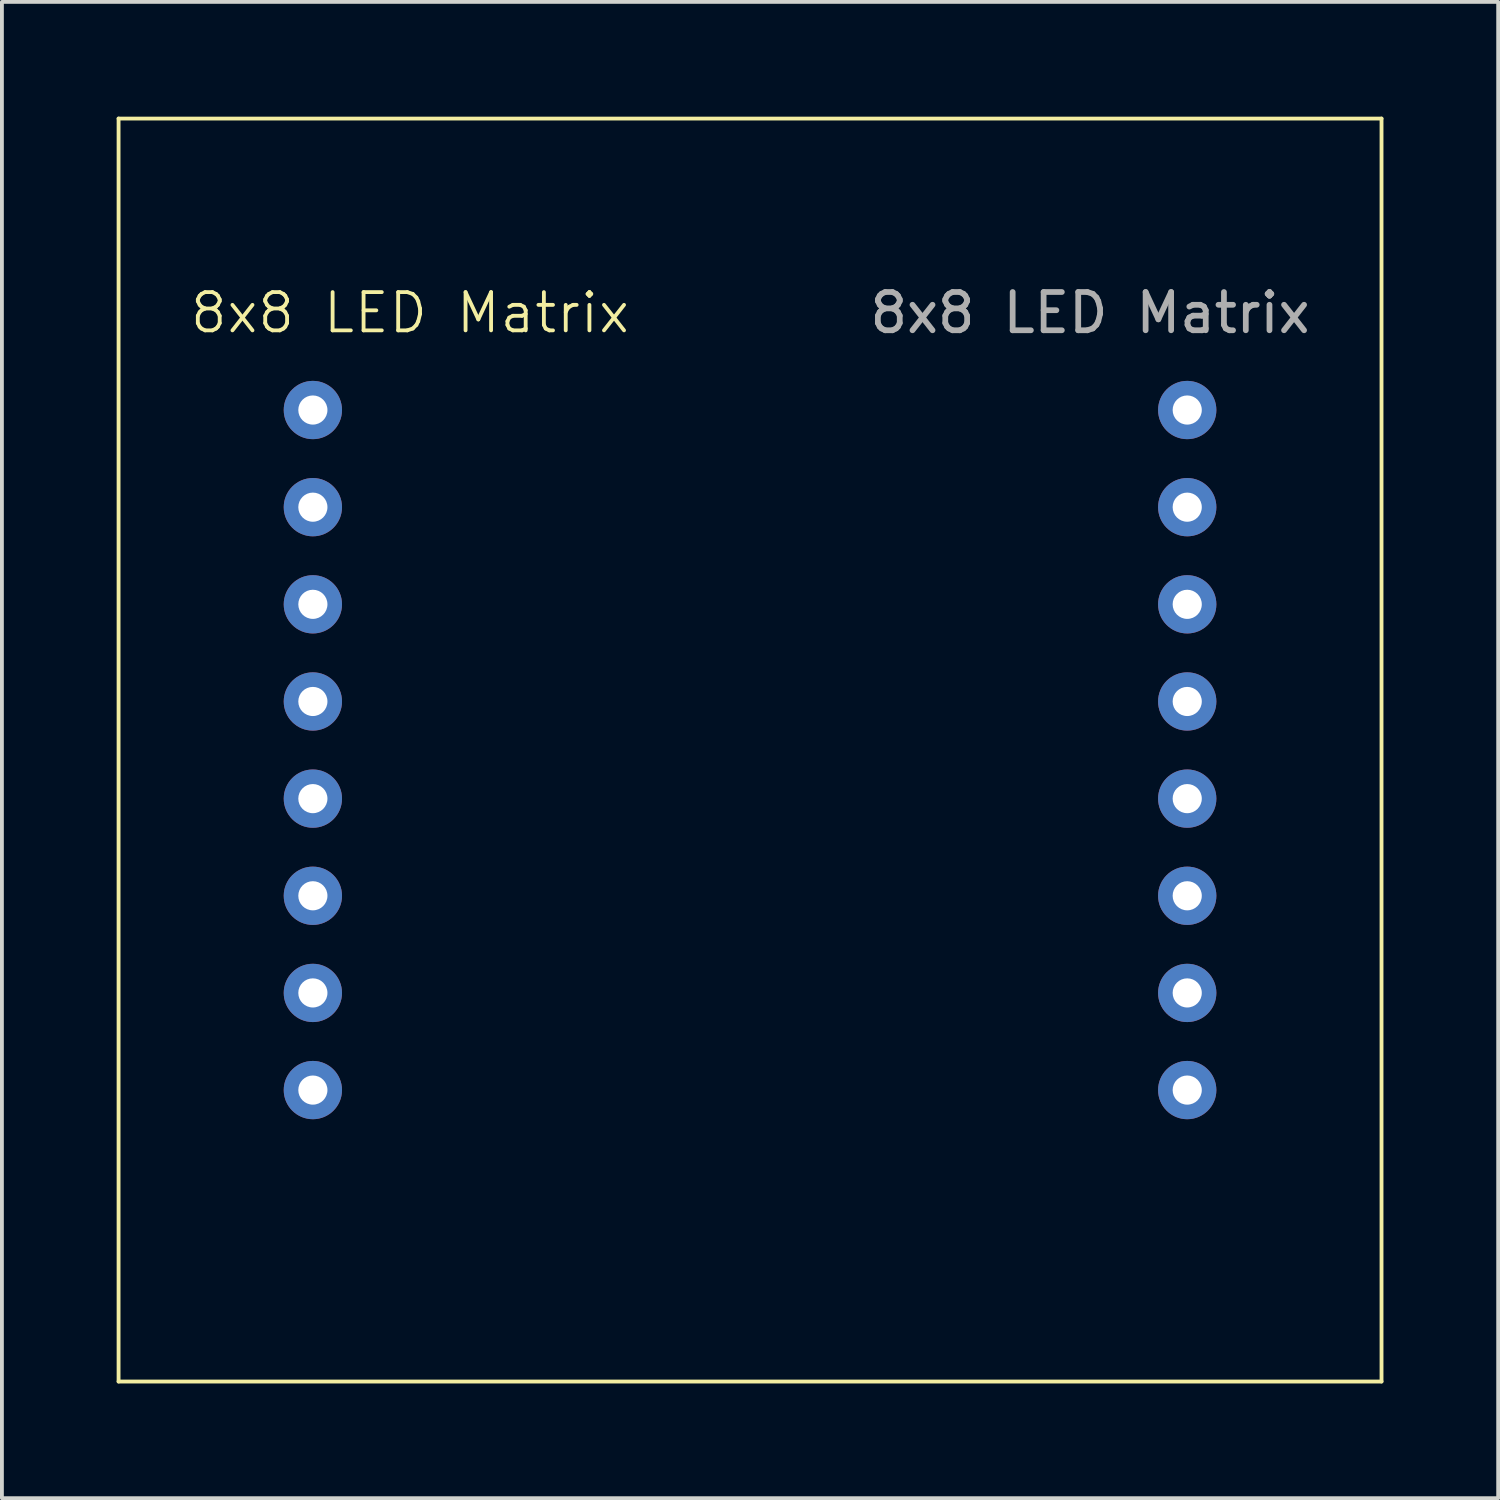
<source format=kicad_pcb>
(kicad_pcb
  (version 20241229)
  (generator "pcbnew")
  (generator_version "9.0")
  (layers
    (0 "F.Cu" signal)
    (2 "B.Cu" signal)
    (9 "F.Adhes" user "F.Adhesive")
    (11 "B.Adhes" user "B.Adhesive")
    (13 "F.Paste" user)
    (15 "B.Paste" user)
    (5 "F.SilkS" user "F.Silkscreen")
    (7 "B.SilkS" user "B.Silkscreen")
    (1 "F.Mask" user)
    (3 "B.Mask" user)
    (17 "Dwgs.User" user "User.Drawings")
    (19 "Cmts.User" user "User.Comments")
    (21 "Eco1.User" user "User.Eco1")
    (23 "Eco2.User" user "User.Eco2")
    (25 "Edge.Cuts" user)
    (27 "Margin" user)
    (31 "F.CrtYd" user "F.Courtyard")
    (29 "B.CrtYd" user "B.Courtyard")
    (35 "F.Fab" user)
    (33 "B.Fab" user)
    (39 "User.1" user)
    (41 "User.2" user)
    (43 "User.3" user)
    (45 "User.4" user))
  (footprint "8x8 LED Matrix"
    (layer "F.Cu")
    (at 15.29 15.29)
    (property "Reference" "8x8 LED Matrix" (at -7.62 -10.16 0) (unlocked yes) (layer "F.SilkS") (effects (font (size 1 1) (thickness 0.1))))
    (attr through_hole)
    (fp_line (start -15.24 -15.24) (end -15.24 17.78) (stroke (width 0.1) (type default)) (layer "F.SilkS"))
    (fp_line (start -15.24 17.78) (end 17.78 17.78) (stroke (width 0.1) (type default)) (layer "F.SilkS"))
    (fp_line (start 17.78 -15.24) (end -15.24 -15.24) (stroke (width 0.1) (type default)) (layer "F.SilkS"))
    (fp_line (start 17.78 17.78) (end 17.78 -15.24) (stroke (width 0.1) (type default)) (layer "F.SilkS"))
    (fp_text user "${REFERENCE}" (at 10.16 -10.16 0) (unlocked yes) (layer "F.Fab") (effects (font (size 1 1) (thickness 0.15))))
    (pad "1" thru_hole circle (at -10.16 -7.62) (size 1.524 1.524) (drill 0.762) (layers "*.Cu" "*.Mask"))
    (pad "2" thru_hole circle (at -10.16 -5.08) (size 1.524 1.524) (drill 0.762) (layers "*.Cu" "*.Mask"))
    (pad "3" thru_hole circle (at -10.16 -2.54) (size 1.524 1.524) (drill 0.762) (layers "*.Cu" "*.Mask"))
    (pad "4" thru_hole circle (at -10.16 0) (size 1.524 1.524) (drill 0.762) (layers "*.Cu" "*.Mask"))
    (pad "5" thru_hole circle (at -10.16 2.54) (size 1.524 1.524) (drill 0.762) (layers "*.Cu" "*.Mask"))
    (pad "6" thru_hole circle (at -10.16 5.08) (size 1.524 1.524) (drill 0.762) (layers "*.Cu" "*.Mask"))
    (pad "7" thru_hole circle (at -10.16 7.62) (size 1.524 1.524) (drill 0.762) (layers "*.Cu" "*.Mask"))
    (pad "8" thru_hole circle (at -10.16 10.16) (size 1.524 1.524) (drill 0.762) (layers "*.Cu" "*.Mask"))
    (pad "9" thru_hole circle (at 12.7 10.16) (size 1.524 1.524) (drill 0.762) (layers "*.Cu" "*.Mask"))
    (pad "10" thru_hole circle (at 12.7 7.62) (size 1.524 1.524) (drill 0.762) (layers "*.Cu" "*.Mask"))
    (pad "11" thru_hole circle (at 12.7 5.08) (size 1.524 1.524) (drill 0.762) (layers "*.Cu" "*.Mask"))
    (pad "12" thru_hole circle (at 12.7 2.54) (size 1.524 1.524) (drill 0.762) (layers "*.Cu" "*.Mask"))
    (pad "13" thru_hole circle (at 12.7 0) (size 1.524 1.524) (drill 0.762) (layers "*.Cu" "*.Mask"))
    (pad "14" thru_hole circle (at 12.7 -2.54) (size 1.524 1.524) (drill 0.762) (layers "*.Cu" "*.Mask"))
    (pad "15" thru_hole circle (at 12.7 -5.08) (size 1.524 1.524) (drill 0.762) (layers "*.Cu" "*.Mask"))
    (pad "16" thru_hole circle (at 12.7 -7.62) (size 1.524 1.524) (drill 0.762) (layers "*.Cu" "*.Mask")))
  (gr_rect
    (start -3 -3)
    (end 36.12 36.12)
    (stroke (width 0.1) (type default))
    (fill no)
    (layer "Edge.Cuts")))
</source>
